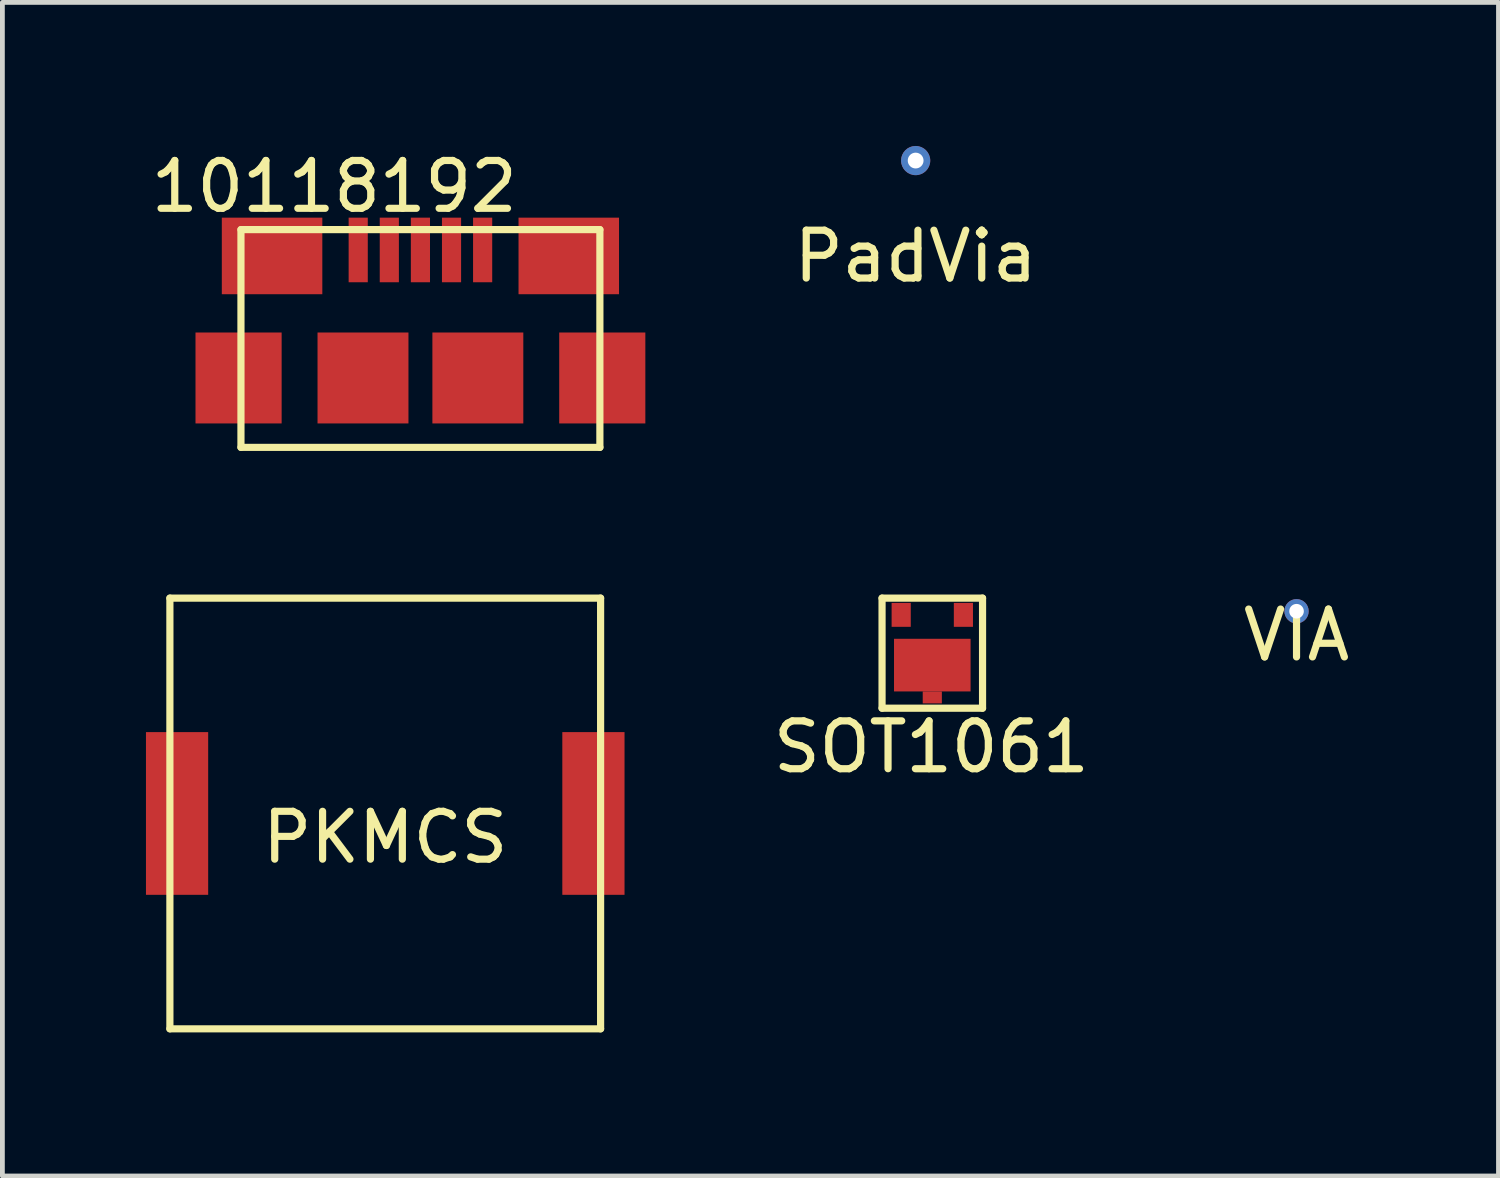
<source format=kicad_pcb>
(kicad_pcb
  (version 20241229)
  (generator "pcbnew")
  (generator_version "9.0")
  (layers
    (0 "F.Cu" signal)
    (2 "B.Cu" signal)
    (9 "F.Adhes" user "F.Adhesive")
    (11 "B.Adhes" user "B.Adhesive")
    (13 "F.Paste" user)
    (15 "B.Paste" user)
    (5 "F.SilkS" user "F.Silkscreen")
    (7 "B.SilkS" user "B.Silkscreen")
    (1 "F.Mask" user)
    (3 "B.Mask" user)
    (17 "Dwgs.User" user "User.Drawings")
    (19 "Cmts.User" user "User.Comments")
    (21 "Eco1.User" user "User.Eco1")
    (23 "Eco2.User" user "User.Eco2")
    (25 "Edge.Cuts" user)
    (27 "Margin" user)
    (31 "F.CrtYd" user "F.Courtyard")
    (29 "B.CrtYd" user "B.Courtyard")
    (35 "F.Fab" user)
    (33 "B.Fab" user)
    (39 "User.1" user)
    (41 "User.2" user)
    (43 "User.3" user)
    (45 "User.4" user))
  (footprint "10118192"
    (layer "F.Cu")
    (at 5.735 4.848)
    (property "Reference" "10118192" (at -1.8 -4 0) (layer "F.SilkS") (effects (font (size 1 1) (thickness 0.15))))
    (attr through_hole)
    (fp_line (start -3.75 1.45) (end -3.75 -3.1) (stroke (width 0.15) (type solid)) (layer "F.SilkS"))
    (fp_line (start -3.75 1.45) (end 3.75 1.45) (stroke (width 0.15) (type solid)) (layer "F.SilkS"))
    (fp_line (start 3.75 -3.1) (end -3.75 -3.1) (stroke (width 0.15) (type solid)) (layer "F.SilkS"))
    (fp_line (start 3.75 -3.1) (end 3.75 1.45) (stroke (width 0.15) (type solid)) (layer "F.SilkS"))
    (pad "1" smd rect (at -1.3 -2.675) (size 0.4 1.35) (layers "F.Cu" "F.Mask" "F.Paste"))
    (pad "2" smd rect (at -0.65 -2.675) (size 0.4 1.35) (layers "F.Cu" "F.Mask" "F.Paste"))
    (pad "3" smd rect (at 0 -2.675) (size 0.4 1.35) (layers "F.Cu" "F.Mask" "F.Paste"))
    (pad "4" smd rect (at 0.65 -2.675) (size 0.4 1.35) (layers "F.Cu" "F.Mask" "F.Paste"))
    (pad "5" smd rect (at 1.3 -2.675) (size 0.4 1.35) (layers "F.Cu" "F.Mask" "F.Paste"))
    (pad "6" smd rect (at -3.8 0) (size 1.8 1.9) (layers "F.Cu" "F.Mask" "F.Paste"))
    (pad "6" smd rect (at -3.1 -2.55) (size 2.1 1.6) (layers "F.Cu" "F.Mask" "F.Paste"))
    (pad "6" smd rect (at -1.2 0) (size 1.9 1.9) (layers "F.Cu" "F.Mask" "F.Paste"))
    (pad "6" smd rect (at 1.2 0) (size 1.9 1.9) (layers "F.Cu" "F.Mask" "F.Paste"))
    (pad "6" smd rect (at 3.1 -2.55) (size 2.1 1.6) (layers "F.Cu" "F.Mask" "F.Paste"))
    (pad "6" smd rect (at 3.8 0) (size 1.8 1.9) (layers "F.Cu" "F.Mask" "F.Paste")))
  (footprint "VIA"
    (layer "F.Cu")
    (at 24.042 9.722)
    (property "Reference" "VIA" (at 0 0.5 0) (layer "F.SilkS") (effects (font (size 1 1) (thickness 0.15))))
    (attr through_hole)
    (pad "1" thru_hole circle (at 0 0) (size 0.508 0.508) (drill 0.305) (layers "*.Cu")))
  (footprint "SOT1061"
    (layer "F.Cu")
    (at 16.431 10.598)
    (property "Reference" "SOT1061" (at -0.02 1.96 0) (layer "F.SilkS") (effects (font (size 1 1) (thickness 0.15))))
    (attr through_hole)
    (fp_line (start -1.05 -1.15) (end -1.05 1.15) (stroke (width 0.15) (type solid)) (layer "F.SilkS"))
    (fp_line (start -1.05 -1.15) (end 1.05 -1.15) (stroke (width 0.15) (type solid)) (layer "F.SilkS"))
    (fp_line (start -1.05 1.15) (end 1.05 1.15) (stroke (width 0.15) (type solid)) (layer "F.SilkS"))
    (fp_line (start 1.05 -1.15) (end 1.05 1.15) (stroke (width 0.15) (type solid)) (layer "F.SilkS"))
    (pad "1" smd rect (at -0.65 -0.8) (size 0.4 0.5) (layers "F.Cu" "F.Mask" "F.Paste"))
    (pad "2" smd rect (at 0.65 -0.8) (size 0.4 0.5) (layers "F.Cu" "F.Mask" "F.Paste"))
    (pad "3" smd rect (at 0 0.25) (size 1.6 1.1) (layers "F.Cu" "F.Mask" "F.Paste"))
    (pad "3" smd rect (at 0 0.925) (size 0.4 0.25) (layers "F.Cu" "F.Mask" "F.Paste")))
  (footprint "PKMCS"
    (layer "F.Cu")
    (at 5 13.948)
    (property "Reference" "PKMCS" (at 0 0.5 0) (layer "F.SilkS") (effects (font (size 1 1) (thickness 0.15))))
    (attr through_hole)
    (fp_line (start -4.5 -4.5) (end 4.5 -4.5) (stroke (width 0.15) (type solid)) (layer "F.SilkS"))
    (fp_line (start -4.5 4.5) (end -4.5 -4.5) (stroke (width 0.15) (type solid)) (layer "F.SilkS"))
    (fp_line (start 4.5 -4.5) (end 4.5 4.5) (stroke (width 0.15) (type solid)) (layer "F.SilkS"))
    (fp_line (start 4.5 4.5) (end -4.5 4.5) (stroke (width 0.15) (type solid)) (layer "F.SilkS"))
    (pad "1" smd rect (at -4.35 0) (size 1.3 3.4) (layers "F.Cu" "F.Mask" "F.Paste"))
    (pad "2" smd rect (at 4.35 0) (size 1.3 3.4) (layers "F.Cu" "F.Mask" "F.Paste")))
  (footprint "PadVia"
    (layer "F.Cu")
    (at 16.083 0.305)
    (property "Reference" "PadVia" (at 0 2 0) (layer "F.SilkS") (effects (font (size 1 1) (thickness 0.15))))
    (attr through_hole)
    (pad "1" thru_hole circle (at 0 0) (size 0.61 0.61) (drill 0.33) (layers "*.Cu" "*.Mask")))
  (gr_rect
    (start -3 -3)
    (end 28.262 21.523)
    (stroke (width 0.1) (type default))
    (fill no)
    (layer "Edge.Cuts")))
</source>
